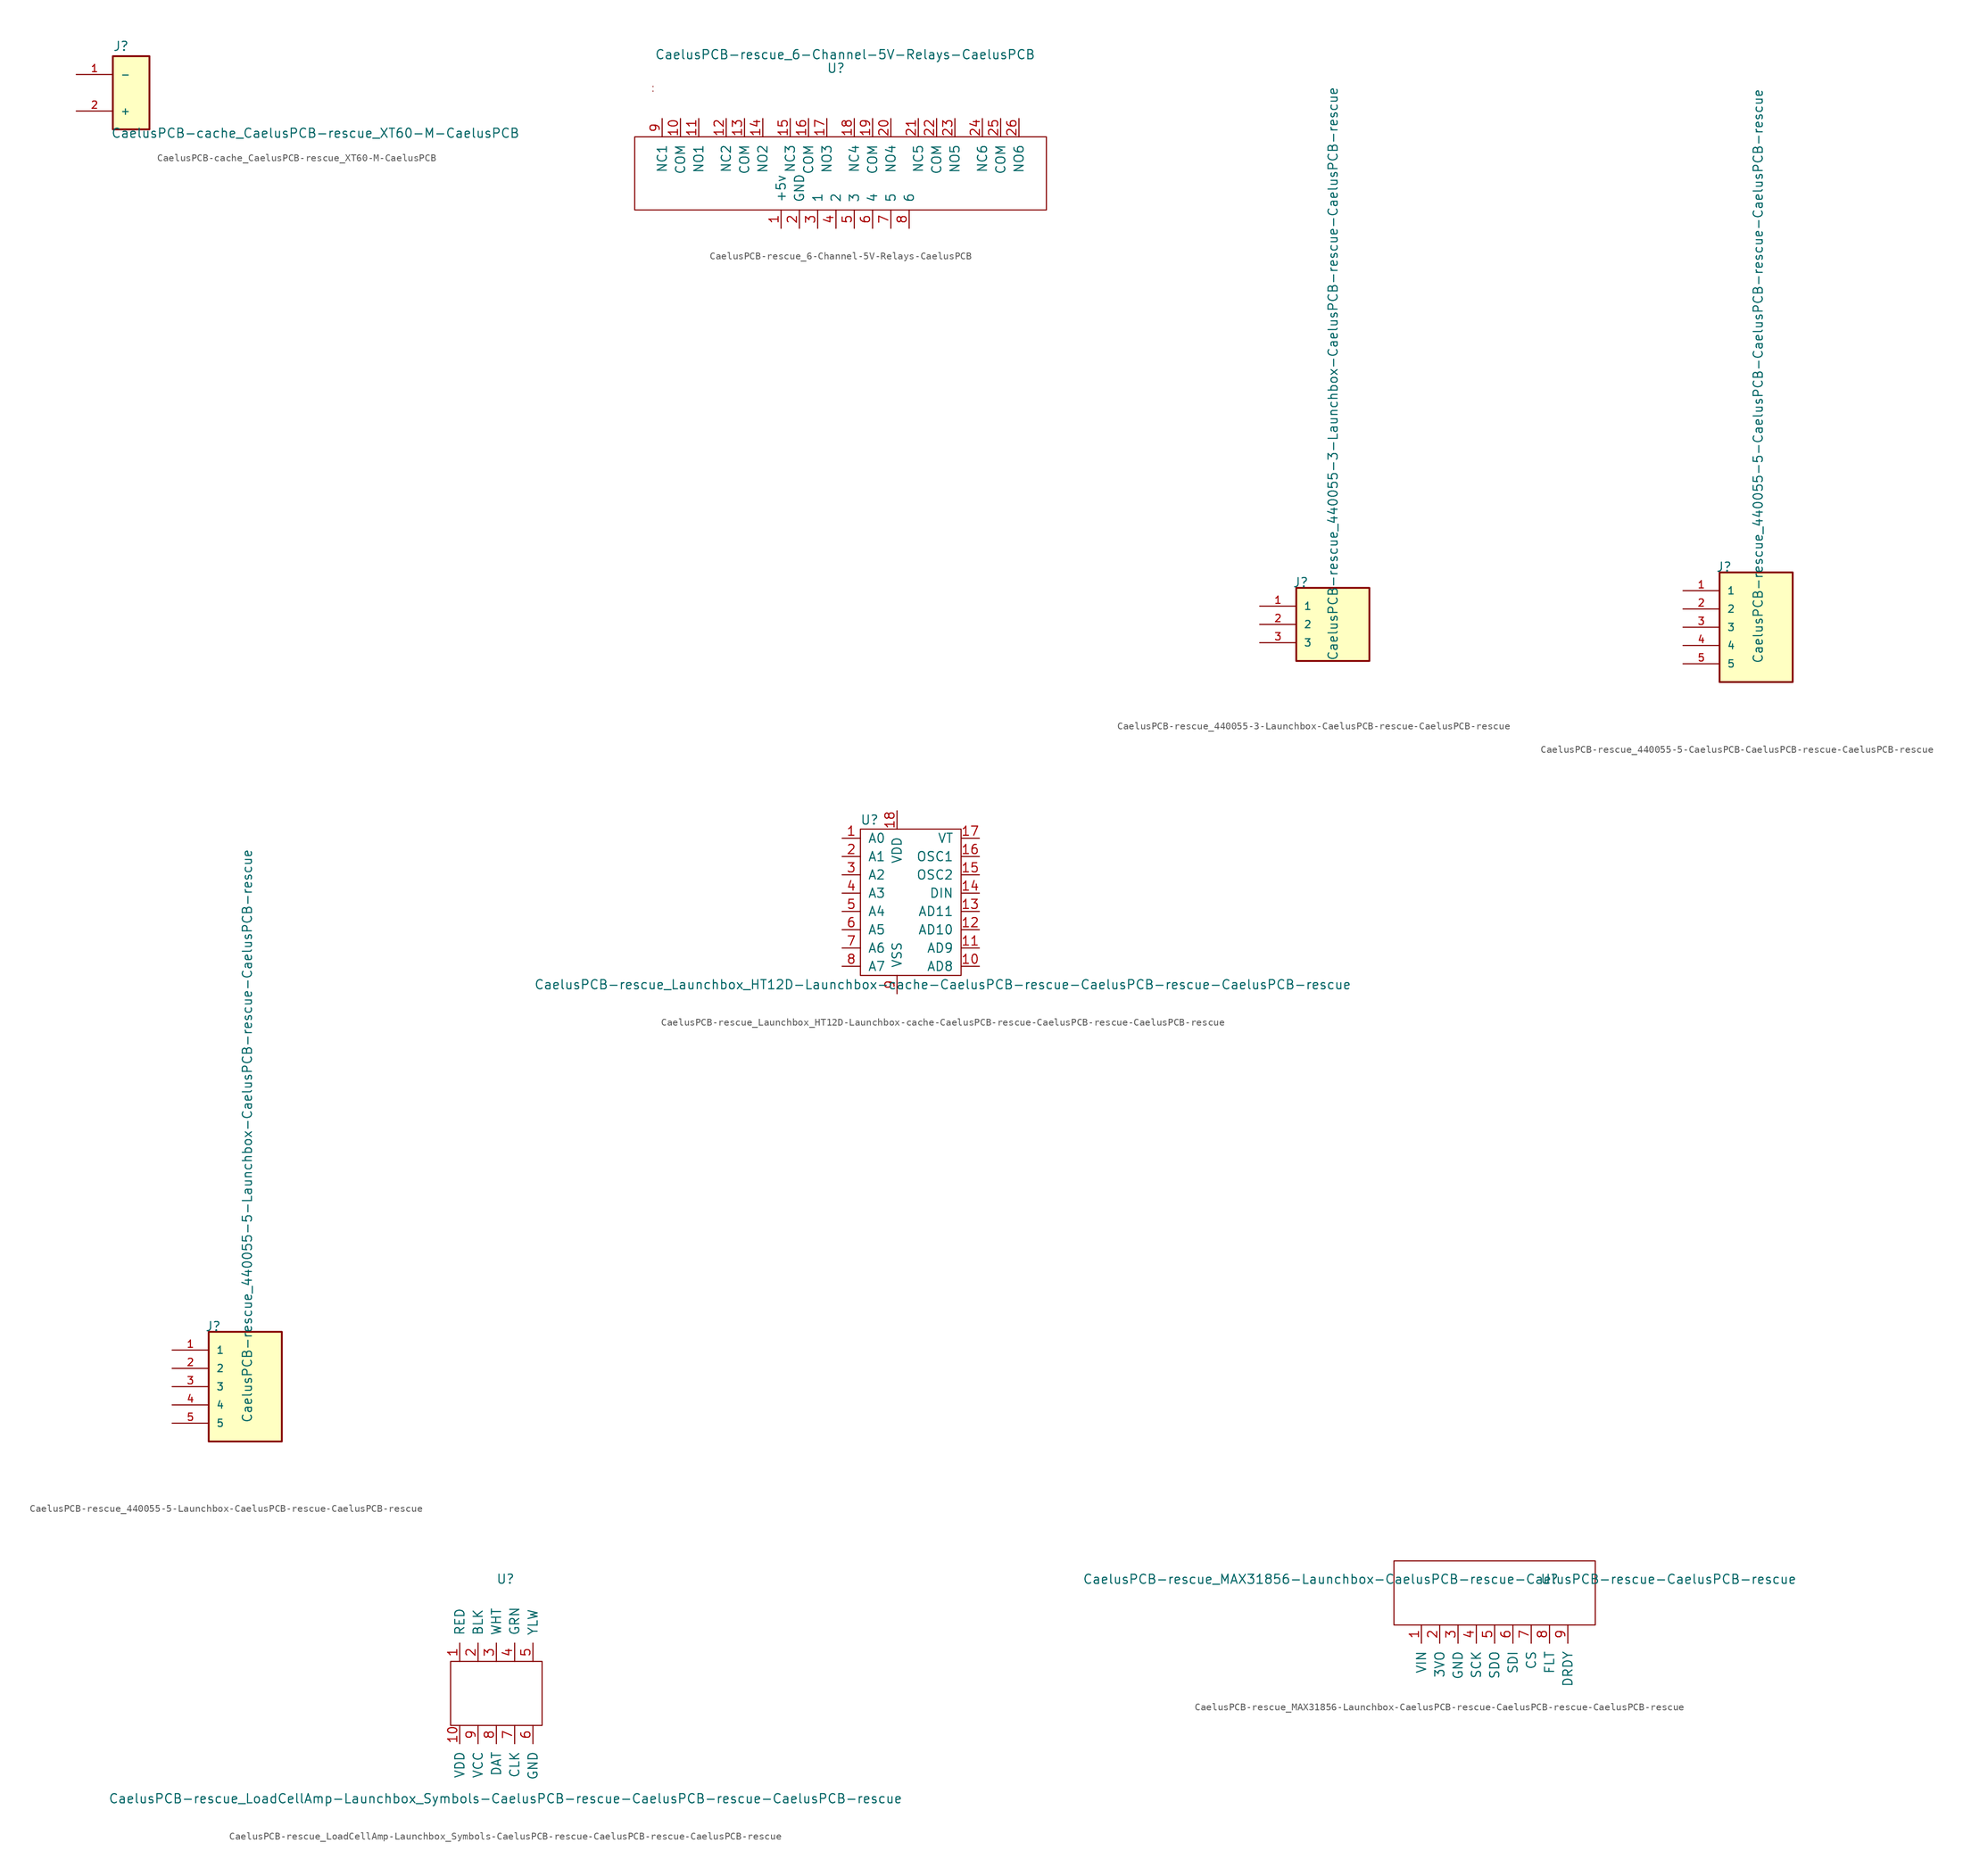
<source format=kicad_sym>
(kicad_symbol_lib
  (version 20211014)
  (generator kicad_symbol_editor)
  (symbol "CaelusPCB-cache_CaelusPCB-rescue_XT60-M-CaelusPCB"
    (pin_names
      (offset 1.016))
    (property "Reference" "J"
      (at -2.54 5.715 0)
      (effects (font (size 1.27 1.27)) (justify left bottom)))
    (property "Value" "CaelusPCB-cache_CaelusPCB-rescue_XT60-M-CaelusPCB"
      (at -2.794 -6.35 0)
      (effects (font (size 1.27 1.27)) (justify left bottom)))
    (property "ki_locked" ""
      (at 0 0 0)
      (effects (font (size 1.27 1.27))))
    (symbol "CaelusPCB-cache_CaelusPCB-rescue_XT60-M-CaelusPCB_0_0"
      (rectangle (start -2.54 -5.08) (end 2.54 5.08) (stroke (width 0.254) (type default) (color 0 0 0 0)) (fill (type background)))
      (pin passive line (at -7.62 2.54 0) (length 5.08) (name "-" (effects (font (size 1.016 1.016)))) (number "1" (effects (font (size 1.016 1.016)))))
      (pin passive line (at -7.62 -2.54 0) (length 5.08) (name "+" (effects (font (size 1.016 1.016)))) (number "2" (effects (font (size 1.016 1.016)))))))
  (symbol "CaelusPCB-rescue_6-Channel-5V-Relays-CaelusPCB"
    (pin_names
      (offset 1.016))
    (property "Reference" "U"
      (at 0 14.605 0)
      (effects (font (size 1.27 1.27))))
    (property "Value" "CaelusPCB-rescue_6-Channel-5V-Relays-CaelusPCB"
      (at 1.27 16.51 0)
      (effects (font (size 1.27 1.27))))
    (symbol "CaelusPCB-rescue_6-Channel-5V-Relays-CaelusPCB_0_1"
      (rectangle (start -25.4 11.43) (end -25.4 11.43) (stroke (width 0) (type default) (color 0 0 0 0)) (fill (type none)))
      (polyline (pts (xy -25.4 12.065) (xy -25.4 12.065)) (stroke (width 0) (type default) (color 0 0 0 0)) (fill (type none)))
      (polyline (pts (xy -27.94 5.08) (xy 29.21 5.08) (xy 29.21 -5.08) (xy -27.94 -5.08) (xy -27.94 5.08)) (stroke (width 0) (type default) (color 0 0 0 0)) (fill (type none)))
      (rectangle (start 1.27 6.985) (end 1.27 6.985) (stroke (width 0) (type default) (color 0 0 0 0)) (fill (type none)))
      (rectangle (start 1.27 6.985) (end 1.27 6.985) (stroke (width 0) (type default) (color 0 0 0 0)) (fill (type none))))
    (symbol "CaelusPCB-rescue_6-Channel-5V-Relays-CaelusPCB_1_1"
      (pin input line (at -7.62 -7.62 90) (length 2.54) (name "+5v" (effects (font (size 1.27 1.27)))) (number "1" (effects (font (size 1.27 1.27)))))
      (pin output line (at -21.59 7.62 270) (length 2.54) (name "COM" (effects (font (size 1.27 1.27)))) (number "10" (effects (font (size 1.27 1.27)))))
      (pin output line (at -19.05 7.62 270) (length 2.54) (name "NO1" (effects (font (size 1.27 1.27)))) (number "11" (effects (font (size 1.27 1.27)))))
      (pin output line (at -15.24 7.62 270) (length 2.54) (name "NC2" (effects (font (size 1.27 1.27)))) (number "12" (effects (font (size 1.27 1.27)))))
      (pin output line (at -12.7 7.62 270) (length 2.54) (name "COM" (effects (font (size 1.27 1.27)))) (number "13" (effects (font (size 1.27 1.27)))))
      (pin output line (at -10.16 7.62 270) (length 2.54) (name "NO2" (effects (font (size 1.27 1.27)))) (number "14" (effects (font (size 1.27 1.27)))))
      (pin output line (at -6.35 7.62 270) (length 2.54) (name "NC3" (effects (font (size 1.27 1.27)))) (number "15" (effects (font (size 1.27 1.27)))))
      (pin output line (at -3.81 7.62 270) (length 2.54) (name "COM" (effects (font (size 1.27 1.27)))) (number "16" (effects (font (size 1.27 1.27)))))
      (pin output line (at -1.27 7.62 270) (length 2.54) (name "NO3" (effects (font (size 1.27 1.27)))) (number "17" (effects (font (size 1.27 1.27)))))
      (pin output line (at 2.54 7.62 270) (length 2.54) (name "NC4" (effects (font (size 1.27 1.27)))) (number "18" (effects (font (size 1.27 1.27)))))
      (pin output line (at 5.08 7.62 270) (length 2.54) (name "COM" (effects (font (size 1.27 1.27)))) (number "19" (effects (font (size 1.27 1.27)))))
      (pin input line (at -5.08 -7.62 90) (length 2.54) (name "GND" (effects (font (size 1.27 1.27)))) (number "2" (effects (font (size 1.27 1.27)))))
      (pin output line (at 7.62 7.62 270) (length 2.54) (name "NO4" (effects (font (size 1.27 1.27)))) (number "20" (effects (font (size 1.27 1.27)))))
      (pin output line (at 11.43 7.62 270) (length 2.54) (name "NC5" (effects (font (size 1.27 1.27)))) (number "21" (effects (font (size 1.27 1.27)))))
      (pin output line (at 13.97 7.62 270) (length 2.54) (name "COM" (effects (font (size 1.27 1.27)))) (number "22" (effects (font (size 1.27 1.27)))))
      (pin output line (at 16.51 7.62 270) (length 2.54) (name "NO5" (effects (font (size 1.27 1.27)))) (number "23" (effects (font (size 1.27 1.27)))))
      (pin output line (at 20.32 7.62 270) (length 2.54) (name "NC6" (effects (font (size 1.27 1.27)))) (number "24" (effects (font (size 1.27 1.27)))))
      (pin output line (at 22.86 7.62 270) (length 2.54) (name "COM" (effects (font (size 1.27 1.27)))) (number "25" (effects (font (size 1.27 1.27)))))
      (pin output line (at 25.4 7.62 270) (length 2.54) (name "NO6" (effects (font (size 1.27 1.27)))) (number "26" (effects (font (size 1.27 1.27)))))
      (pin input line (at -2.54 -7.62 90) (length 2.54) (name "1" (effects (font (size 1.27 1.27)))) (number "3" (effects (font (size 1.27 1.27)))))
      (pin input line (at 0 -7.62 90) (length 2.54) (name "2" (effects (font (size 1.27 1.27)))) (number "4" (effects (font (size 1.27 1.27)))))
      (pin input line (at 2.54 -7.62 90) (length 2.54) (name "3" (effects (font (size 1.27 1.27)))) (number "5" (effects (font (size 1.27 1.27)))))
      (pin input line (at 5.08 -7.62 90) (length 2.54) (name "4" (effects (font (size 1.27 1.27)))) (number "6" (effects (font (size 1.27 1.27)))))
      (pin input line (at 7.62 -7.62 90) (length 2.54) (name "5" (effects (font (size 1.27 1.27)))) (number "7" (effects (font (size 1.27 1.27)))))
      (pin input line (at 10.16 -7.62 90) (length 2.54) (name "6" (effects (font (size 1.27 1.27)))) (number "8" (effects (font (size 1.27 1.27)))))
      (pin output line (at -24.13 7.62 270) (length 2.54) (name "NC1" (effects (font (size 1.27 1.27)))) (number "9" (effects (font (size 1.27 1.27)))))))
  (symbol "CaelusPCB-rescue_440055-3-Launchbox-CaelusPCB-rescue-CaelusPCB-rescue"
    (pin_names
      (offset 1.016))
    (property "Reference" "J"
      (at -5.588 5.08 0)
      (effects (font (size 1.27 1.27)) (justify left bottom)))
    (property "Value" "CaelusPCB-rescue_440055-3-Launchbox-CaelusPCB-rescue-CaelusPCB-rescue"
      (at 0.762 -5.08 90)
      (effects (font (size 1.27 1.27)) (justify left bottom)))
    (property "ki_locked" ""
      (at 0 0 0)
      (effects (font (size 1.27 1.27))))
    (symbol "CaelusPCB-rescue_440055-3-Launchbox-CaelusPCB-rescue-CaelusPCB-rescue_0_0"
      (rectangle (start -5.08 -5.08) (end 5.08 5.08) (stroke (width 0.254) (type default) (color 0 0 0 0)) (fill (type background)))
      (pin passive line (at -10.16 2.54 0) (length 5.08) (name "1" (effects (font (size 1.016 1.016)))) (number "1" (effects (font (size 1.016 1.016)))))
      (pin passive line (at -10.16 0 0) (length 5.08) (name "2" (effects (font (size 1.016 1.016)))) (number "2" (effects (font (size 1.016 1.016)))))
      (pin passive line (at -10.16 -2.54 0) (length 5.08) (name "3" (effects (font (size 1.016 1.016)))) (number "3" (effects (font (size 1.016 1.016)))))))
  (symbol "CaelusPCB-rescue_440055-5-CaelusPCB-CaelusPCB-rescue-CaelusPCB-rescue"
    (pin_names
      (offset 1.016))
    (property "Reference" "J"
      (at -5.588 7.62 0)
      (effects (font (size 1.27 1.27)) (justify left bottom)))
    (property "Value" "CaelusPCB-rescue_440055-5-CaelusPCB-CaelusPCB-rescue-CaelusPCB-rescue"
      (at 1.016 -5.08 90)
      (effects (font (size 1.27 1.27)) (justify left bottom)))
    (property "ki_locked" ""
      (at 0 0 0)
      (effects (font (size 1.27 1.27))))
    (symbol "CaelusPCB-rescue_440055-5-CaelusPCB-CaelusPCB-rescue-CaelusPCB-rescue_0_0"
      (rectangle (start -5.08 -7.62) (end 5.08 7.62) (stroke (width 0.254) (type default) (color 0 0 0 0)) (fill (type background)))
      (pin passive line (at -10.16 5.08 0) (length 5.08) (name "1" (effects (font (size 1.016 1.016)))) (number "1" (effects (font (size 1.016 1.016)))))
      (pin passive line (at -10.16 2.54 0) (length 5.08) (name "2" (effects (font (size 1.016 1.016)))) (number "2" (effects (font (size 1.016 1.016)))))
      (pin passive line (at -10.16 0 0) (length 5.08) (name "3" (effects (font (size 1.016 1.016)))) (number "3" (effects (font (size 1.016 1.016)))))
      (pin passive line (at -10.16 -2.54 0) (length 5.08) (name "4" (effects (font (size 1.016 1.016)))) (number "4" (effects (font (size 1.016 1.016)))))
      (pin passive line (at -10.16 -5.08 0) (length 5.08) (name "5" (effects (font (size 1.016 1.016)))) (number "5" (effects (font (size 1.016 1.016)))))))
  (symbol "CaelusPCB-rescue_440055-5-Launchbox-CaelusPCB-rescue-CaelusPCB-rescue"
    (pin_names
      (offset 1.016))
    (property "Reference" "J"
      (at -5.588 7.62 0)
      (effects (font (size 1.27 1.27)) (justify left bottom)))
    (property "Value" "CaelusPCB-rescue_440055-5-Launchbox-CaelusPCB-rescue-CaelusPCB-rescue"
      (at 1.016 -5.08 90)
      (effects (font (size 1.27 1.27)) (justify left bottom)))
    (property "ki_locked" ""
      (at 0 0 0)
      (effects (font (size 1.27 1.27))))
    (symbol "CaelusPCB-rescue_440055-5-Launchbox-CaelusPCB-rescue-CaelusPCB-rescue_0_0"
      (rectangle (start -5.08 -7.62) (end 5.08 7.62) (stroke (width 0.254) (type default) (color 0 0 0 0)) (fill (type background)))
      (pin passive line (at -10.16 5.08 0) (length 5.08) (name "1" (effects (font (size 1.016 1.016)))) (number "1" (effects (font (size 1.016 1.016)))))
      (pin passive line (at -10.16 2.54 0) (length 5.08) (name "2" (effects (font (size 1.016 1.016)))) (number "2" (effects (font (size 1.016 1.016)))))
      (pin passive line (at -10.16 0 0) (length 5.08) (name "3" (effects (font (size 1.016 1.016)))) (number "3" (effects (font (size 1.016 1.016)))))
      (pin passive line (at -10.16 -2.54 0) (length 5.08) (name "4" (effects (font (size 1.016 1.016)))) (number "4" (effects (font (size 1.016 1.016)))))
      (pin passive line (at -10.16 -5.08 0) (length 5.08) (name "5" (effects (font (size 1.016 1.016)))) (number "5" (effects (font (size 1.016 1.016)))))))
  (symbol "CaelusPCB-rescue_Launchbox_HT12D-Launchbox-cache-CaelusPCB-rescue-CaelusPCB-rescue-CaelusPCB-rescue"
    (pin_names
      (offset 1.016))
    (property "Reference" "U"
      (at -1.27 11.43 0)
      (effects (font (size 1.27 1.27))))
    (property "Value" "CaelusPCB-rescue_Launchbox_HT12D-Launchbox-cache-CaelusPCB-rescue-CaelusPCB-rescue-CaelusPCB-rescue"
      (at 8.89 -11.43 0)
      (effects (font (size 1.27 1.27))))
    (symbol "CaelusPCB-rescue_Launchbox_HT12D-Launchbox-cache-CaelusPCB-rescue-CaelusPCB-rescue-CaelusPCB-rescue_0_1"
      (rectangle (start -2.54 10.16) (end 11.43 -10.16) (stroke (width 0) (type default) (color 0 0 0 0)) (fill (type none))))
    (symbol "CaelusPCB-rescue_Launchbox_HT12D-Launchbox-cache-CaelusPCB-rescue-CaelusPCB-rescue-CaelusPCB-rescue_1_1"
      (pin input line (at -5.08 8.89 0) (length 2.54) (name "A0" (effects (font (size 1.27 1.27)))) (number "1" (effects (font (size 1.27 1.27)))))
      (pin input line (at 13.97 -8.89 180) (length 2.54) (name "AD8" (effects (font (size 1.27 1.27)))) (number "10" (effects (font (size 1.27 1.27)))))
      (pin input line (at 13.97 -6.35 180) (length 2.54) (name "AD9" (effects (font (size 1.27 1.27)))) (number "11" (effects (font (size 1.27 1.27)))))
      (pin input line (at 13.97 -3.81 180) (length 2.54) (name "AD10" (effects (font (size 1.27 1.27)))) (number "12" (effects (font (size 1.27 1.27)))))
      (pin input line (at 13.97 -1.27 180) (length 2.54) (name "AD11" (effects (font (size 1.27 1.27)))) (number "13" (effects (font (size 1.27 1.27)))))
      (pin input line (at 13.97 1.27 180) (length 2.54) (name "DIN" (effects (font (size 1.27 1.27)))) (number "14" (effects (font (size 1.27 1.27)))))
      (pin input line (at 13.97 3.81 180) (length 2.54) (name "OSC2" (effects (font (size 1.27 1.27)))) (number "15" (effects (font (size 1.27 1.27)))))
      (pin input line (at 13.97 6.35 180) (length 2.54) (name "OSC1" (effects (font (size 1.27 1.27)))) (number "16" (effects (font (size 1.27 1.27)))))
      (pin input line (at 13.97 8.89 180) (length 2.54) (name "VT" (effects (font (size 1.27 1.27)))) (number "17" (effects (font (size 1.27 1.27)))))
      (pin input line (at 2.54 12.7 270) (length 2.54) (name "VDD" (effects (font (size 1.27 1.27)))) (number "18" (effects (font (size 1.27 1.27)))))
      (pin input line (at -5.08 6.35 0) (length 2.54) (name "A1" (effects (font (size 1.27 1.27)))) (number "2" (effects (font (size 1.27 1.27)))))
      (pin input line (at -5.08 3.81 0) (length 2.54) (name "A2" (effects (font (size 1.27 1.27)))) (number "3" (effects (font (size 1.27 1.27)))))
      (pin input line (at -5.08 1.27 0) (length 2.54) (name "A3" (effects (font (size 1.27 1.27)))) (number "4" (effects (font (size 1.27 1.27)))))
      (pin input line (at -5.08 -1.27 0) (length 2.54) (name "A4" (effects (font (size 1.27 1.27)))) (number "5" (effects (font (size 1.27 1.27)))))
      (pin input line (at -5.08 -3.81 0) (length 2.54) (name "A5" (effects (font (size 1.27 1.27)))) (number "6" (effects (font (size 1.27 1.27)))))
      (pin input line (at -5.08 -6.35 0) (length 2.54) (name "A6" (effects (font (size 1.27 1.27)))) (number "7" (effects (font (size 1.27 1.27)))))
      (pin input line (at -5.08 -8.89 0) (length 2.54) (name "A7" (effects (font (size 1.27 1.27)))) (number "8" (effects (font (size 1.27 1.27)))))
      (pin input line (at 2.54 -12.7 90) (length 2.54) (name "VSS" (effects (font (size 1.27 1.27)))) (number "9" (effects (font (size 1.27 1.27)))))))
  (symbol "CaelusPCB-rescue_LoadCellAmp-Launchbox_Symbols-CaelusPCB-rescue-CaelusPCB-rescue-CaelusPCB-rescue"
    (pin_names
      (offset 1.016))
    (property "Reference" "U"
      (at 0 15.24 0)
      (effects (font (size 1.27 1.27))))
    (property "Value" "CaelusPCB-rescue_LoadCellAmp-Launchbox_Symbols-CaelusPCB-rescue-CaelusPCB-rescue-CaelusPCB-rescue"
      (at 0 -15.24 0)
      (effects (font (size 1.27 1.27))))
    (symbol "CaelusPCB-rescue_LoadCellAmp-Launchbox_Symbols-CaelusPCB-rescue-CaelusPCB-rescue-CaelusPCB-rescue_0_1"
      (rectangle (start -7.62 3.81) (end 5.08 -5.08) (stroke (width 0) (type default) (color 0 0 0 0)) (fill (type none))))
    (symbol "CaelusPCB-rescue_LoadCellAmp-Launchbox_Symbols-CaelusPCB-rescue-CaelusPCB-rescue-CaelusPCB-rescue_1_1"
      (pin input line (at -6.35 3.81 90) (length 2.54) (name "RED" (effects (font (size 1.27 1.27)))) (number "1" (effects (font (size 1.27 1.27)))))
      (pin input line (at -6.35 -5.08 270) (length 2.54) (name "VDD" (effects (font (size 1.27 1.27)))) (number "10" (effects (font (size 1.27 1.27)))))
      (pin input line (at -3.81 3.81 90) (length 2.54) (name "BLK" (effects (font (size 1.27 1.27)))) (number "2" (effects (font (size 1.27 1.27)))))
      (pin input line (at -1.27 3.81 90) (length 2.54) (name "WHT" (effects (font (size 1.27 1.27)))) (number "3" (effects (font (size 1.27 1.27)))))
      (pin input line (at 1.27 3.81 90) (length 2.54) (name "GRN" (effects (font (size 1.27 1.27)))) (number "4" (effects (font (size 1.27 1.27)))))
      (pin input line (at 3.81 3.81 90) (length 2.54) (name "YLW" (effects (font (size 1.27 1.27)))) (number "5" (effects (font (size 1.27 1.27)))))
      (pin input line (at 3.81 -5.08 270) (length 2.54) (name "GND" (effects (font (size 1.27 1.27)))) (number "6" (effects (font (size 1.27 1.27)))))
      (pin input line (at 1.27 -5.08 270) (length 2.54) (name "CLK" (effects (font (size 1.27 1.27)))) (number "7" (effects (font (size 1.27 1.27)))))
      (pin input line (at -1.27 -5.08 270) (length 2.54) (name "DAT" (effects (font (size 1.27 1.27)))) (number "8" (effects (font (size 1.27 1.27)))))
      (pin input line (at -3.81 -5.08 270) (length 2.54) (name "VCC" (effects (font (size 1.27 1.27)))) (number "9" (effects (font (size 1.27 1.27)))))))
  (symbol "CaelusPCB-rescue_MAX31856-Launchbox-CaelusPCB-rescue-CaelusPCB-rescue-CaelusPCB-rescue"
    (pin_names
      (offset 1.016))
    (property "Reference" "U"
      (at 7.62 6.35 0)
      (effects (font (size 1.27 1.27))))
    (property "Value" "CaelusPCB-rescue_MAX31856-Launchbox-CaelusPCB-rescue-CaelusPCB-rescue-CaelusPCB-rescue"
      (at -7.62 6.35 0)
      (effects (font (size 1.27 1.27))))
    (symbol "CaelusPCB-rescue_MAX31856-Launchbox-CaelusPCB-rescue-CaelusPCB-rescue-CaelusPCB-rescue_0_1"
      (rectangle (start -13.97 0) (end 13.97 8.89) (stroke (width 0) (type default) (color 0 0 0 0)) (fill (type none))))
    (symbol "CaelusPCB-rescue_MAX31856-Launchbox-CaelusPCB-rescue-CaelusPCB-rescue-CaelusPCB-rescue_1_1"
      (pin input line (at -10.16 0 270) (length 2.54) (name "VIN" (effects (font (size 1.27 1.27)))) (number "1" (effects (font (size 1.27 1.27)))))
      (pin input line (at -7.62 0 270) (length 2.54) (name "3VO" (effects (font (size 1.27 1.27)))) (number "2" (effects (font (size 1.27 1.27)))))
      (pin input line (at -5.08 0 270) (length 2.54) (name "GND" (effects (font (size 1.27 1.27)))) (number "3" (effects (font (size 1.27 1.27)))))
      (pin input line (at -2.54 0 270) (length 2.54) (name "SCK" (effects (font (size 1.27 1.27)))) (number "4" (effects (font (size 1.27 1.27)))))
      (pin input line (at 0 0 270) (length 2.54) (name "SDO" (effects (font (size 1.27 1.27)))) (number "5" (effects (font (size 1.27 1.27)))))
      (pin input line (at 2.54 0 270) (length 2.54) (name "SDI" (effects (font (size 1.27 1.27)))) (number "6" (effects (font (size 1.27 1.27)))))
      (pin input line (at 5.08 0 270) (length 2.54) (name "CS" (effects (font (size 1.27 1.27)))) (number "7" (effects (font (size 1.27 1.27)))))
      (pin input line (at 7.62 0 270) (length 2.54) (name "FLT" (effects (font (size 1.27 1.27)))) (number "8" (effects (font (size 1.27 1.27)))))
      (pin input line (at 10.16 0 270) (length 2.54) (name "DRDY" (effects (font (size 1.27 1.27)))) (number "9" (effects (font (size 1.27 1.27))))))))
</source>
